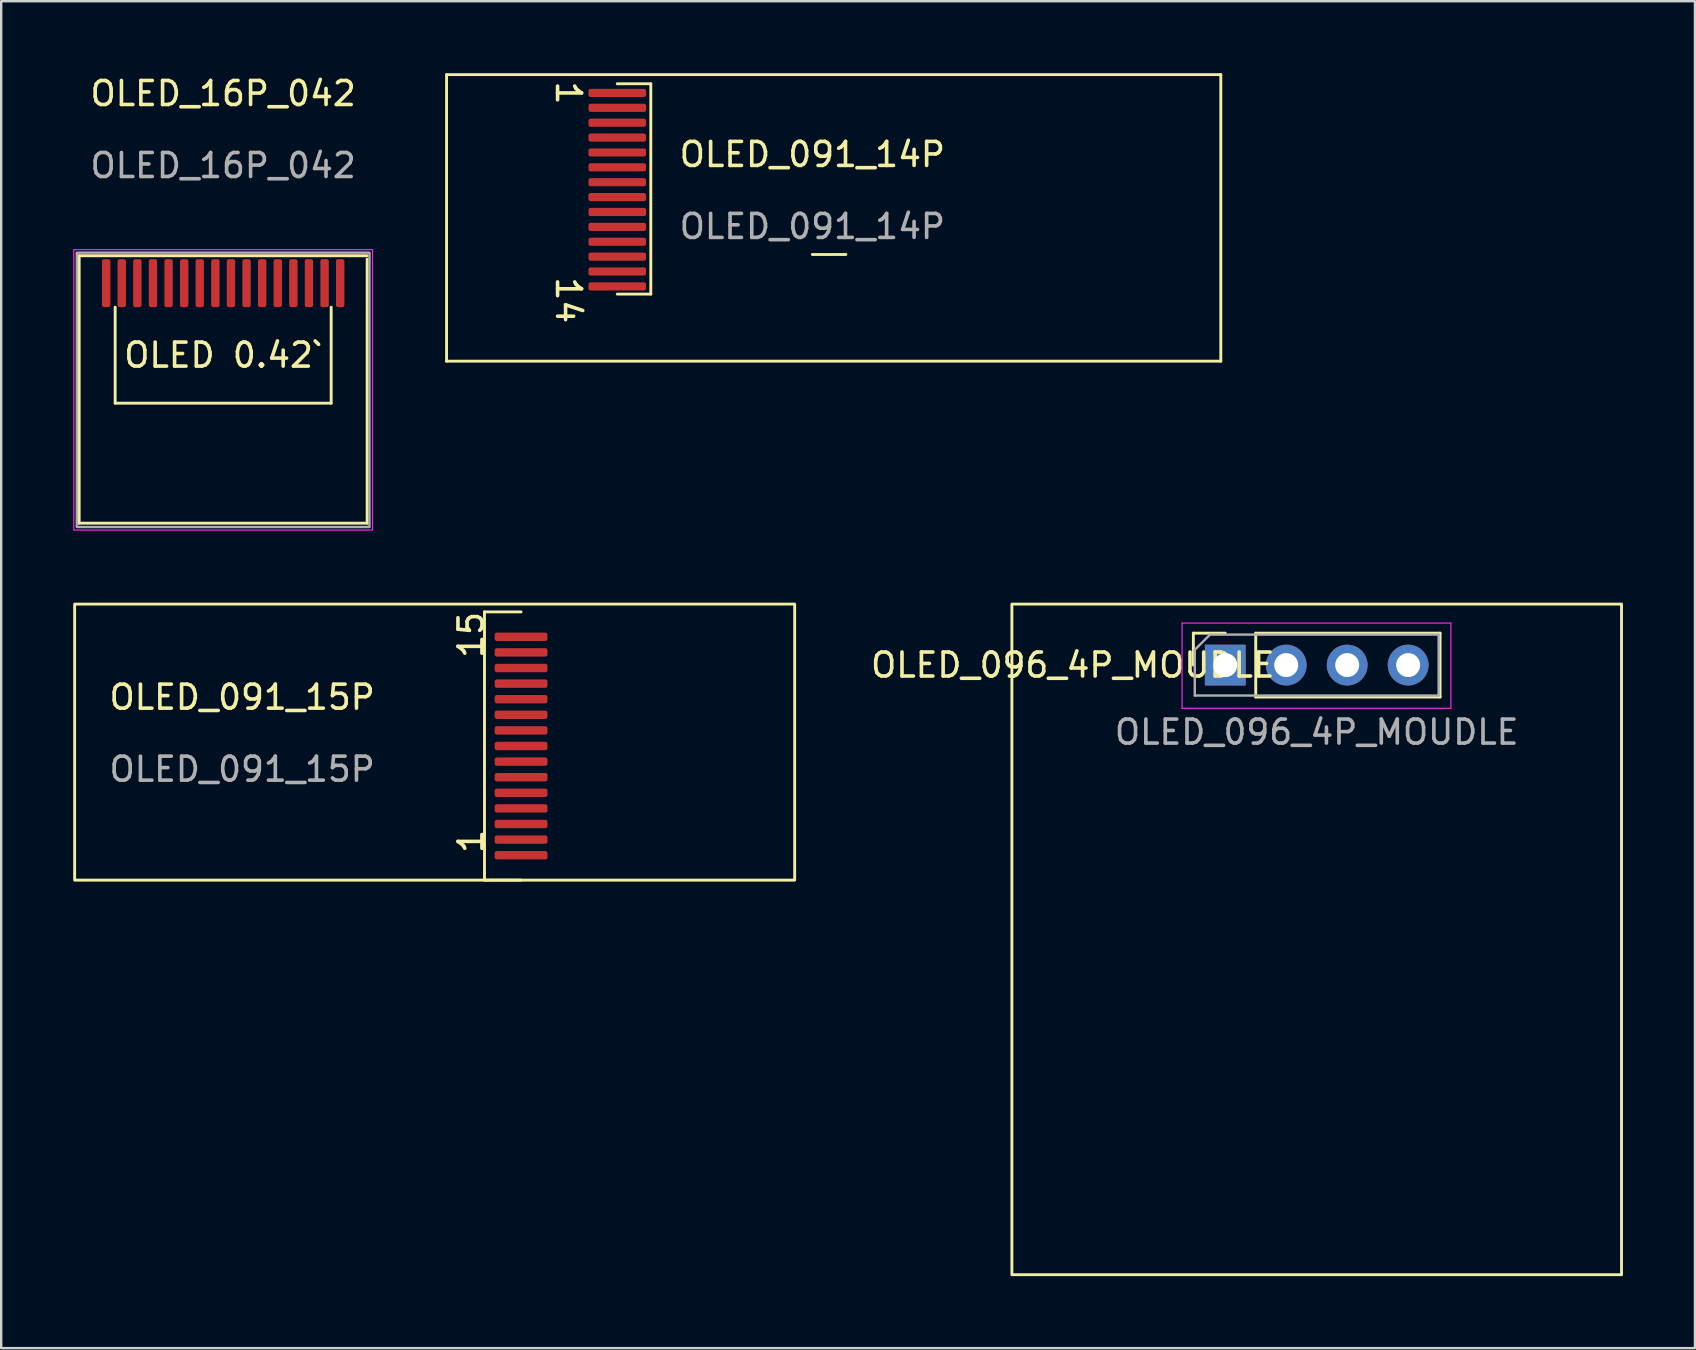
<source format=kicad_pcb>
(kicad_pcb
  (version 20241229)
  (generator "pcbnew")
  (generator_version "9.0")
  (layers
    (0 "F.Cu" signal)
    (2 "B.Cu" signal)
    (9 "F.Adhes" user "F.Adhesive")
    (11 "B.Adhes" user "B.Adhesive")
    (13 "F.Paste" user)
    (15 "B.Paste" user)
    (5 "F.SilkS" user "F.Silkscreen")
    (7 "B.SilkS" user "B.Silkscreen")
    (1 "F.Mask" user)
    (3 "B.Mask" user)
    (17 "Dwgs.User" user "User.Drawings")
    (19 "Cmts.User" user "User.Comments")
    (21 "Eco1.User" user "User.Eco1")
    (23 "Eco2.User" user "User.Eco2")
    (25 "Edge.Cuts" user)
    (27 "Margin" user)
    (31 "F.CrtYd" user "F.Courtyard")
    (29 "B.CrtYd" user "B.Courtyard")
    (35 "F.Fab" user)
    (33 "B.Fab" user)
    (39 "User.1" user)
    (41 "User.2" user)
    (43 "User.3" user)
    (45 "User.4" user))
  (footprint "OLED_16P_042"
    (layer "F.Cu")
    (at 6.248 8.748)
    (property "Reference" "OLED_16P_042" (at 0 -7.9 0) (unlocked yes) (layer "F.SilkS") (effects (font (size 1 1) (thickness 0.15))))
    (attr smd)
    (fp_line (start -6 -1.143) (end 6 -1.143) (stroke (width 0.12) (type solid)) (layer "F.SilkS"))
    (fp_line (start -6 10) (end -6 -1.143) (stroke (width 0.12) (type solid)) (layer "F.SilkS"))
    (fp_line (start -4.5 1) (end -4.5 5) (stroke (width 0.12) (type solid)) (layer "F.SilkS"))
    (fp_line (start -4.5 5) (end 4.5 5) (stroke (width 0.12) (type solid)) (layer "F.SilkS"))
    (fp_line (start 4.5 5) (end 4.5 1) (stroke (width 0.12) (type solid)) (layer "F.SilkS"))
    (fp_line (start 6 -1) (end 6 10) (stroke (width 0.12) (type solid)) (layer "F.SilkS"))
    (fp_line (start 6 10) (end -6 10) (stroke (width 0.12) (type solid)) (layer "F.SilkS"))
    (fp_rect (start -6.223 -1.397) (end 6.223 10.287) (stroke (width 0.05) (type solid)) (fill no) (layer "F.CrtYd"))
    (fp_rect (start -6.096 -1.27) (end 6.096 10.16) (stroke (width 0.1) (type solid)) (fill no) (layer "F.Fab"))
    (fp_text user "OLED 0.42`" (at 0 3 0) (unlocked yes) (layer "F.SilkS") (effects (font (size 1 1) (thickness 0.15))))
    (fp_text user "${REFERENCE}" (at 0 -4.9 0) (unlocked yes) (layer "F.Fab") (effects (font (size 1 1) (thickness 0.15))))
    (pad "1" smd roundrect (at -4.875 0) (size 0.35 2) (layers "F.Cu" "F.Mask" "F.Paste") (roundrect_rratio 0.25))
    (pad "2" smd roundrect (at -4.225 0) (size 0.35 2) (layers "F.Cu" "F.Mask" "F.Paste") (roundrect_rratio 0.25))
    (pad "3" smd roundrect (at -3.575 0) (size 0.35 2) (layers "F.Cu" "F.Mask" "F.Paste") (roundrect_rratio 0.25))
    (pad "4" smd roundrect (at -2.925 0) (size 0.35 2) (layers "F.Cu" "F.Mask" "F.Paste") (roundrect_rratio 0.25))
    (pad "5" smd roundrect (at -2.275 0) (size 0.35 2) (layers "F.Cu" "F.Mask" "F.Paste") (roundrect_rratio 0.25))
    (pad "6" smd roundrect (at -1.625 0) (size 0.35 2) (layers "F.Cu" "F.Mask" "F.Paste") (roundrect_rratio 0.25))
    (pad "7" smd roundrect (at -0.975 0) (size 0.35 2) (layers "F.Cu" "F.Mask" "F.Paste") (roundrect_rratio 0.25))
    (pad "8" smd roundrect (at -0.325 0) (size 0.35 2) (layers "F.Cu" "F.Mask" "F.Paste") (roundrect_rratio 0.25))
    (pad "9" smd roundrect (at 0.325 0) (size 0.35 2) (layers "F.Cu" "F.Mask" "F.Paste") (roundrect_rratio 0.25))
    (pad "10" smd roundrect (at 0.975 0) (size 0.35 2) (layers "F.Cu" "F.Mask" "F.Paste") (roundrect_rratio 0.25))
    (pad "11" smd roundrect (at 1.625 0) (size 0.35 2) (layers "F.Cu" "F.Mask" "F.Paste") (roundrect_rratio 0.25))
    (pad "12" smd roundrect (at 2.275 0) (size 0.35 2) (layers "F.Cu" "F.Mask" "F.Paste") (roundrect_rratio 0.25))
    (pad "13" smd roundrect (at 2.925 0) (size 0.35 2) (layers "F.Cu" "F.Mask" "F.Paste") (roundrect_rratio 0.25))
    (pad "14" smd roundrect (at 3.575 0) (size 0.35 2) (layers "F.Cu" "F.Mask" "F.Paste") (roundrect_rratio 0.25))
    (pad "15" smd roundrect (at 4.225 0) (size 0.35 2) (layers "F.Cu" "F.Mask" "F.Paste") (roundrect_rratio 0.25))
    (pad "16" smd roundrect (at 4.875 0) (size 0.35 2) (layers "F.Cu" "F.Mask" "F.Paste") (roundrect_rratio 0.25)))
  (footprint "OLED_091_14P"
    (layer "F.Cu")
    (at 22.668 0.822)
    (property "Reference" "OLED_091_14P" (at 8.128 2.564 0) (unlocked yes) (layer "F.SilkS") (effects (font (size 1 1) (thickness 0.15))))
    (attr smd)
    (fp_line (start -7.112 -0.762) (end -7.112 11.176) (stroke (width 0.12) (type solid)) (layer "F.SilkS"))
    (fp_line (start -7.112 11.176) (end 25.146 11.176) (stroke (width 0.12) (type solid)) (layer "F.SilkS"))
    (fp_line (start 1.397 -0.381) (end 0 -0.381) (stroke (width 0.12) (type solid)) (layer "F.SilkS"))
    (fp_line (start 1.397 -0.381) (end 1.397 8.382) (stroke (width 0.12) (type solid)) (layer "F.SilkS"))
    (fp_line (start 1.397 8.382) (end 0 8.382) (stroke (width 0.12) (type solid)) (layer "F.SilkS"))
    (fp_line (start 8.128 6.731) (end 9.525 6.731) (stroke (width 0.12) (type solid)) (layer "F.SilkS"))
    (fp_line (start 25.146 -0.762) (end -7.112 -0.762) (stroke (width 0.12) (type solid)) (layer "F.SilkS"))
    (fp_line (start 25.146 11.176) (end 25.146 -0.762) (stroke (width 0.12) (type solid)) (layer "F.SilkS"))
    (fp_text user "1" (at -2.032 0 270) (unlocked yes) (layer "F.SilkS") (effects (font (size 1 1) (thickness 0.15))))
    (fp_text user "14" (at -2.032 8.636 270) (unlocked yes) (layer "F.SilkS") (effects (font (size 1 1) (thickness 0.15))))
    (fp_text user "${REFERENCE}" (at 8.128 5.564 0) (unlocked yes) (layer "F.Fab") (effects (font (size 1 1) (thickness 0.15))))
    (pad "1" smd roundrect (at 0 0) (size 2.4 0.34) (layers "F.Cu" "F.Mask" "F.Paste") (roundrect_rratio 0.25))
    (pad "2" smd roundrect (at 0 0.62) (size 2.4 0.34) (layers "F.Cu" "F.Mask" "F.Paste") (roundrect_rratio 0.25))
    (pad "3" smd roundrect (at 0 1.24) (size 2.4 0.34) (layers "F.Cu" "F.Mask" "F.Paste") (roundrect_rratio 0.25))
    (pad "4" smd roundrect (at 0 1.86) (size 2.4 0.34) (layers "F.Cu" "F.Mask" "F.Paste") (roundrect_rratio 0.25))
    (pad "5" smd roundrect (at 0 2.48) (size 2.4 0.34) (layers "F.Cu" "F.Mask" "F.Paste") (roundrect_rratio 0.25))
    (pad "6" smd roundrect (at 0 3.1) (size 2.4 0.34) (layers "F.Cu" "F.Mask" "F.Paste") (roundrect_rratio 0.25))
    (pad "7" smd roundrect (at 0 3.72) (size 2.4 0.34) (layers "F.Cu" "F.Mask" "F.Paste") (roundrect_rratio 0.25))
    (pad "8" smd roundrect (at 0 4.34) (size 2.4 0.34) (layers "F.Cu" "F.Mask" "F.Paste") (roundrect_rratio 0.25))
    (pad "9" smd roundrect (at 0 4.96) (size 2.4 0.34) (layers "F.Cu" "F.Mask" "F.Paste") (roundrect_rratio 0.25))
    (pad "10" smd roundrect (at 0 5.58) (size 2.4 0.34) (layers "F.Cu" "F.Mask" "F.Paste") (roundrect_rratio 0.25))
    (pad "11" smd roundrect (at 0 6.2) (size 2.4 0.34) (layers "F.Cu" "F.Mask" "F.Paste") (roundrect_rratio 0.25))
    (pad "12" smd roundrect (at 0 6.82) (size 2.4 0.34) (layers "F.Cu" "F.Mask" "F.Paste") (roundrect_rratio 0.25))
    (pad "13" smd roundrect (at 0 7.44) (size 2.4 0.34) (layers "F.Cu" "F.Mask" "F.Paste") (roundrect_rratio 0.25))
    (pad "14" smd roundrect (at 0 8.06) (size 2.4 0.34) (layers "F.Cu" "F.Mask" "F.Paste") (roundrect_rratio 0.25)))
  (footprint "OLED_091_15P"
    (layer "F.Cu")
    (at 14.66 32.582)
    (property "Reference" "OLED_091_15P" (at -7.62 -6.582 0) (unlocked yes) (layer "F.SilkS") (effects (font (size 1 1) (thickness 0.15))))
    (attr smd)
    (fp_line (start 2.476 -10.138) (end 2.476 1.038) (stroke (width 0.12) (type default)) (layer "F.SilkS"))
    (fp_line (start 2.476 -10.138) (end 4 -10.138) (stroke (width 0.12) (type default)) (layer "F.SilkS"))
    (fp_line (start 2.476 1.038) (end 4 1.038) (stroke (width 0.12) (type default)) (layer "F.SilkS"))
    (fp_rect (start -14.6 -10.462) (end 15.4 1.038) (stroke (width 0.12) (type default)) (fill no) (layer "F.SilkS"))
    (fp_text user "1" (at 2.5 0 90) (unlocked yes) (layer "F.SilkS") (effects (font (size 1 1) (thickness 0.15)) (justify left bottom)))
    (fp_text user "15" (at 2.5 -8.128 90) (unlocked yes) (layer "F.SilkS") (effects (font (size 1 1) (thickness 0.15)) (justify left bottom)))
    (fp_text user "${REFERENCE}" (at -7.62 -3.582 0) (unlocked yes) (layer "F.Fab") (effects (font (size 1 1) (thickness 0.15))))
    (pad "1" smd roundrect (at 4 0) (size 2.2 0.35) (layers "F.Cu" "F.Mask" "F.Paste") (roundrect_rratio 0.25))
    (pad "2" smd roundrect (at 4 -0.65) (size 2.2 0.35) (layers "F.Cu" "F.Mask" "F.Paste") (roundrect_rratio 0.25))
    (pad "3" smd roundrect (at 4 -1.3) (size 2.2 0.35) (layers "F.Cu" "F.Mask" "F.Paste") (roundrect_rratio 0.25))
    (pad "4" smd roundrect (at 4 -1.95) (size 2.2 0.35) (layers "F.Cu" "F.Mask" "F.Paste") (roundrect_rratio 0.25))
    (pad "5" smd roundrect (at 4 -2.6) (size 2.2 0.35) (layers "F.Cu" "F.Mask" "F.Paste") (roundrect_rratio 0.25))
    (pad "6" smd roundrect (at 4 -3.25) (size 2.2 0.35) (layers "F.Cu" "F.Mask" "F.Paste") (roundrect_rratio 0.25))
    (pad "7" smd roundrect (at 4 -3.9) (size 2.2 0.35) (layers "F.Cu" "F.Mask" "F.Paste") (roundrect_rratio 0.25))
    (pad "8" smd roundrect (at 4 -4.55) (size 2.2 0.35) (layers "F.Cu" "F.Mask" "F.Paste") (roundrect_rratio 0.25))
    (pad "9" smd roundrect (at 4 -5.2) (size 2.2 0.35) (layers "F.Cu" "F.Mask" "F.Paste") (roundrect_rratio 0.25))
    (pad "10" smd roundrect (at 4 -5.85) (size 2.2 0.35) (layers "F.Cu" "F.Mask" "F.Paste") (roundrect_rratio 0.25))
    (pad "11" smd roundrect (at 4 -6.5) (size 2.2 0.35) (layers "F.Cu" "F.Mask" "F.Paste") (roundrect_rratio 0.25))
    (pad "12" smd roundrect (at 4 -7.15) (size 2.2 0.35) (layers "F.Cu" "F.Mask" "F.Paste") (roundrect_rratio 0.25))
    (pad "13" smd roundrect (at 4 -7.8) (size 2.2 0.35) (layers "F.Cu" "F.Mask" "F.Paste") (roundrect_rratio 0.25))
    (pad "14" smd roundrect (at 4 -8.45) (size 2.2 0.35) (layers "F.Cu" "F.Mask" "F.Paste") (roundrect_rratio 0.25))
    (pad "15" smd roundrect (at 4 -9.1) (size 2.2 0.35) (layers "F.Cu" "F.Mask" "F.Paste") (roundrect_rratio 0.25)))
  (footprint "OLED_096_4P_MOUDLE"
    (layer "F.Cu")
    (at 51.81 24.66)
    (property "Reference" "OLED_096_4P_MOUDLE" (at -10.16 0 0) (layer "F.SilkS") (effects (font (size 1 1) (thickness 0.15))))
    (attr through_hole)
    (fp_line (start -5.14 -1.33) (end -3.81 -1.33) (stroke (width 0.12) (type solid)) (layer "F.SilkS"))
    (fp_line (start -5.14 0) (end -5.14 -1.33) (stroke (width 0.12) (type solid)) (layer "F.SilkS"))
    (fp_line (start -2.54 -1.33) (end 5.14 -1.33) (stroke (width 0.12) (type solid)) (layer "F.SilkS"))
    (fp_line (start -2.54 1.33) (end -2.54 -1.33) (stroke (width 0.12) (type solid)) (layer "F.SilkS"))
    (fp_line (start -2.54 1.33) (end 5.14 1.33) (stroke (width 0.12) (type solid)) (layer "F.SilkS"))
    (fp_line (start 5.14 1.33) (end 5.14 -1.33) (stroke (width 0.12) (type solid)) (layer "F.SilkS"))
    (fp_rect (start -12.7 -2.54) (end 12.7 25.4) (stroke (width 0.12) (type solid)) (fill no) (layer "F.SilkS"))
    (fp_line (start -5.61 -1.75) (end 5.59 -1.75) (stroke (width 0.05) (type solid)) (layer "F.CrtYd"))
    (fp_line (start -5.61 1.8) (end -5.61 -1.75) (stroke (width 0.05) (type solid)) (layer "F.CrtYd"))
    (fp_line (start 5.59 -1.75) (end 5.59 1.8) (stroke (width 0.05) (type solid)) (layer "F.CrtYd"))
    (fp_line (start 5.59 1.8) (end -5.61 1.8) (stroke (width 0.05) (type solid)) (layer "F.CrtYd"))
    (fp_line (start -5.08 -0.635) (end -4.445 -1.27) (stroke (width 0.1) (type solid)) (layer "F.Fab"))
    (fp_line (start -5.08 1.27) (end -5.08 -0.635) (stroke (width 0.1) (type solid)) (layer "F.Fab"))
    (fp_line (start -4.445 -1.27) (end 5.08 -1.27) (stroke (width 0.1) (type solid)) (layer "F.Fab"))
    (fp_line (start 5.08 -1.27) (end 5.08 1.27) (stroke (width 0.1) (type solid)) (layer "F.Fab"))
    (fp_line (start 5.08 1.27) (end -5.08 1.27) (stroke (width 0.1) (type solid)) (layer "F.Fab"))
    (fp_text user "${REFERENCE}" (at 0 2.794 180) (layer "F.Fab") (effects (font (size 1 1) (thickness 0.15))))
    (pad "1" thru_hole rect (at -3.81 0 90) (size 1.7 1.7) (drill 1) (layers "*.Cu" "*.Mask"))
    (pad "2" thru_hole oval (at -1.27 0 90) (size 1.7 1.7) (drill 1) (layers "*.Cu" "*.Mask"))
    (pad "3" thru_hole oval (at 1.27 0 90) (size 1.7 1.7) (drill 1) (layers "*.Cu" "*.Mask"))
    (pad "4" thru_hole oval (at 3.81 0 90) (size 1.7 1.7) (drill 1) (layers "*.Cu" "*.Mask")))
  (gr_rect
    (start -3 -3)
    (end 67.57 53.12)
    (stroke (width 0.1) (type default))
    (fill no)
    (layer "Edge.Cuts")))
</source>
